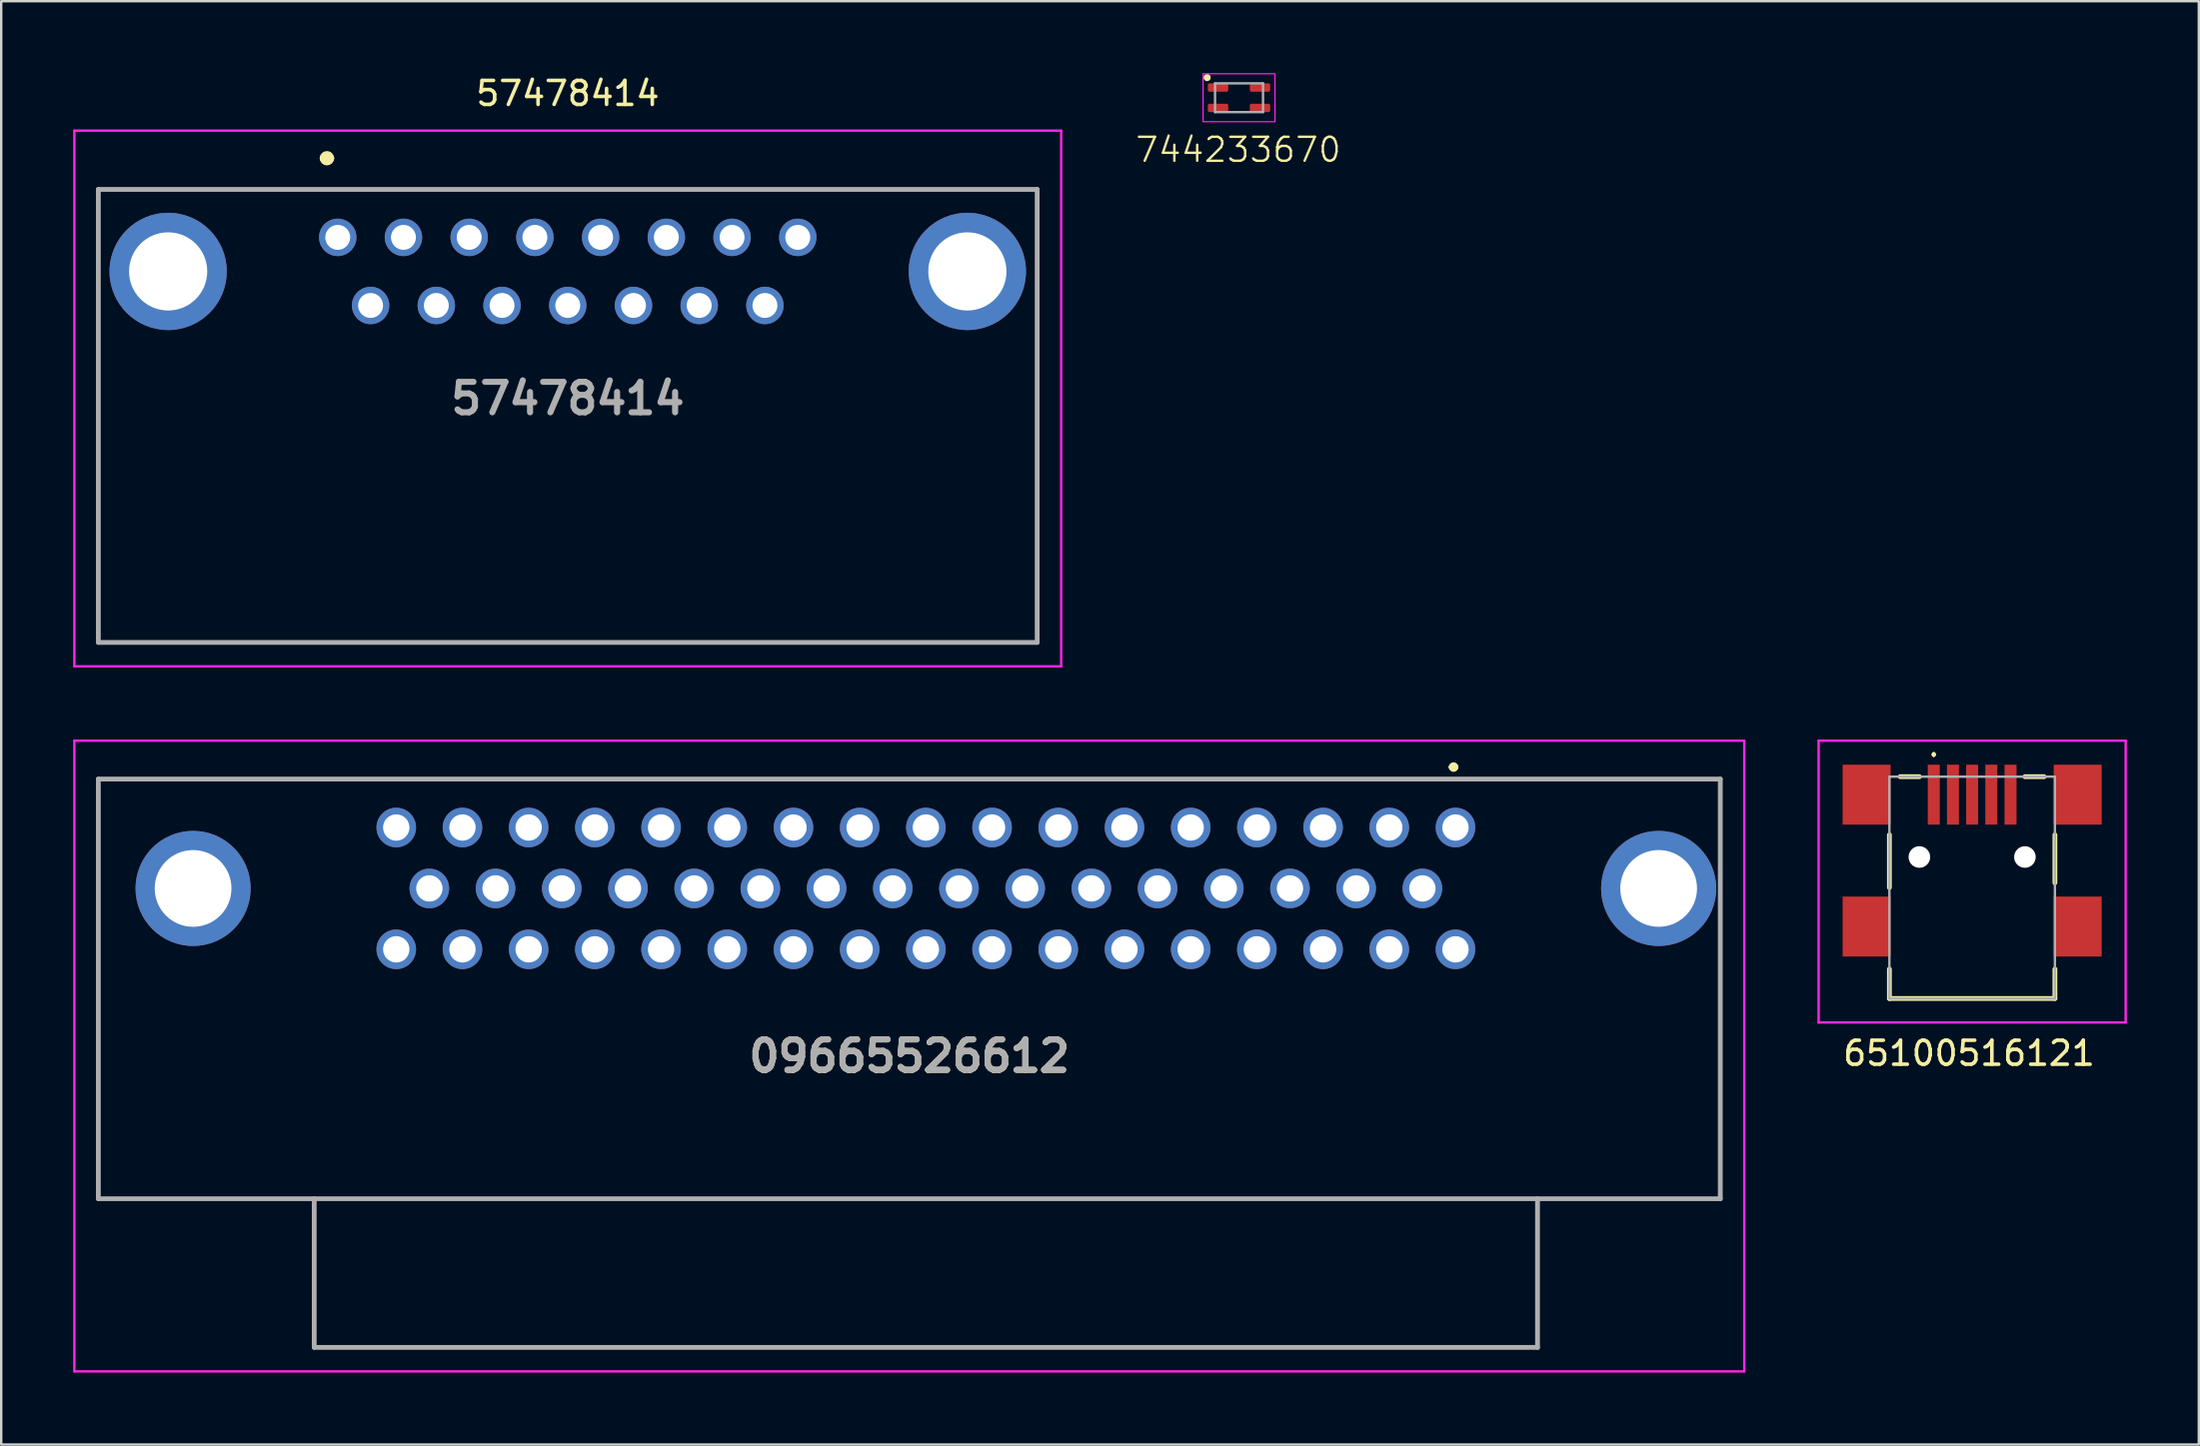
<source format=kicad_pcb>
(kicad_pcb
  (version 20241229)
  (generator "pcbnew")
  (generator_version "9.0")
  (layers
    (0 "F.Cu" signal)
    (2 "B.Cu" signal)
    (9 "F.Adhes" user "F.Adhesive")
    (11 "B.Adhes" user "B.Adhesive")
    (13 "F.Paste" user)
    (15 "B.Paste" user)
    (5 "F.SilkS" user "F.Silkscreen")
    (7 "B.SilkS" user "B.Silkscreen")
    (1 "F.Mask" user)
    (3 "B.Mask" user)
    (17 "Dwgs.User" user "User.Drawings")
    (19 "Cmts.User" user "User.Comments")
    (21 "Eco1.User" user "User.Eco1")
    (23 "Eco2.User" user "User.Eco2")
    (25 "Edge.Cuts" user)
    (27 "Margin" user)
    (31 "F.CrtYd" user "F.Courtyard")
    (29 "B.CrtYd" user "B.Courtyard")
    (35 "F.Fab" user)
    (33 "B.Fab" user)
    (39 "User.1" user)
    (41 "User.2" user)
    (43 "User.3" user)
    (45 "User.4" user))
  (footprint "744233670"
    (layer "F.Cu")
    (at 48.606 1.025)
    (property "Reference" "744233670" (at -0.03 2.17 0) (unlocked yes) (layer "F.SilkS") (effects (font (size 1 1) (thickness 0.1))))
    (attr smd)
    (fp_circle (center -1.33 -0.84) (end -1.23 -0.84) (stroke (width 0.1) (type solid)) (fill yes) (layer "F.SilkS"))
    (fp_rect (start -1.5 -1) (end 1.5 1) (stroke (width 0.05) (type default)) (fill no) (layer "F.CrtYd"))
    (fp_line (start -1 -0.6) (end 1 -0.6) (stroke (width 0.1) (type default)) (layer "F.Fab"))
    (fp_line (start -1 0.6) (end -1 -0.6) (stroke (width 0.1) (type default)) (layer "F.Fab"))
    (fp_line (start 1 -0.6) (end 1 0.6) (stroke (width 0.1) (type default)) (layer "F.Fab"))
    (fp_line (start 1 0.6) (end -1 0.6) (stroke (width 0.1) (type default)) (layer "F.Fab"))
    (pad "1" smd roundrect (at -0.875 -0.425) (size 0.85 0.35) (layers "F.Cu" "F.Mask" "F.Paste") (roundrect_rratio 0.2))
    (pad "2" smd roundrect (at 0.875 -0.425) (size 0.85 0.35) (layers "F.Cu" "F.Mask" "F.Paste") (roundrect_rratio 0.2))
    (pad "3" smd roundrect (at 0.875 0.425) (size 0.85 0.35) (layers "F.Cu" "F.Mask" "F.Paste") (roundrect_rratio 0.2))
    (pad "4" smd roundrect (at -0.875 0.425) (size 0.85 0.35) (layers "F.Cu" "F.Mask" "F.Paste") (roundrect_rratio 0.2)))
  (footprint "65100516121"
    (layer "F.Cu")
    (at 79.17 33.963)
    (property "Reference" "65100516121" (at -0.13 6.91 0) (layer "F.SilkS") (effects (font (size 1 1) (thickness 0.15))))
    (attr through_hole)
    (fp_line (start -3.45 -2.2) (end -3.45 0) (stroke (width 0.2) (type solid)) (layer "F.SilkS"))
    (fp_line (start -3.45 3.4) (end -3.45 4.625) (stroke (width 0.2) (type solid)) (layer "F.SilkS"))
    (fp_line (start -3.45 4.625) (end 3.45 4.625) (stroke (width 0.2) (type solid)) (layer "F.SilkS"))
    (fp_line (start -3 -4.625) (end -2.2 -4.625) (stroke (width 0.2) (type solid)) (layer "F.SilkS"))
    (fp_line (start -1.6 -5.6) (end -1.6 -5.6) (stroke (width 0.1) (type solid)) (layer "F.SilkS"))
    (fp_line (start -1.6 -5.5) (end -1.6 -5.5) (stroke (width 0.1) (type solid)) (layer "F.SilkS"))
    (fp_line (start 2.2 -4.625) (end 3 -4.625) (stroke (width 0.2) (type solid)) (layer "F.SilkS"))
    (fp_line (start 3.45 -2.2) (end 3.45 -0.2) (stroke (width 0.2) (type solid)) (layer "F.SilkS"))
    (fp_line (start 3.45 4.625) (end 3.45 3.4) (stroke (width 0.2) (type solid)) (layer "F.SilkS"))
    (fp_arc (start -1.6 -5.6) (mid -1.55 -5.55) (end -1.6 -5.5) (stroke (width 0.1) (type solid)) (layer "F.SilkS"))
    (fp_arc (start -1.6 -5.5) (mid -1.65 -5.55) (end -1.6 -5.6) (stroke (width 0.1) (type solid)) (layer "F.SilkS"))
    (fp_line (start -6.4 -6.125) (end 6.4 -6.125) (stroke (width 0.1) (type solid)) (layer "F.CrtYd"))
    (fp_line (start -6.4 5.625) (end -6.4 -6.125) (stroke (width 0.1) (type solid)) (layer "F.CrtYd"))
    (fp_line (start 6.4 -6.125) (end 6.4 5.625) (stroke (width 0.1) (type solid)) (layer "F.CrtYd"))
    (fp_line (start 6.4 5.625) (end -6.4 5.625) (stroke (width 0.1) (type solid)) (layer "F.CrtYd"))
    (fp_line (start -3.45 -4.625) (end -3.45 4.625) (stroke (width 0.1) (type solid)) (layer "F.Fab"))
    (fp_line (start -3.45 4.625) (end 3.45 4.625) (stroke (width 0.1) (type solid)) (layer "F.Fab"))
    (fp_line (start 3.45 -4.625) (end -3.45 -4.625) (stroke (width 0.1) (type solid)) (layer "F.Fab"))
    (fp_line (start 3.45 4.625) (end 3.45 -4.625) (stroke (width 0.1) (type solid)) (layer "F.Fab"))
    (pad "" np_thru_hole circle (at -2.2 -1.275) (size 0.9 0.9) (drill 0.9) (layers "*.Cu" "*.Mask"))
    (pad "" np_thru_hole circle (at 2.2 -1.275) (size 0.9 0.9) (drill 0.9) (layers "*.Cu" "*.Mask"))
    (pad "1" smd rect (at -1.6 -3.875) (size 0.5 2.5) (layers "F.Cu" "F.Mask" "F.Paste"))
    (pad "2" smd rect (at -0.8 -3.875) (size 0.5 2.5) (layers "F.Cu" "F.Mask" "F.Paste"))
    (pad "3" smd rect (at 0 -3.875) (size 0.5 2.5) (layers "F.Cu" "F.Mask" "F.Paste"))
    (pad "4" smd rect (at 0.8 -3.875) (size 0.5 2.5) (layers "F.Cu" "F.Mask" "F.Paste"))
    (pad "5" smd rect (at 1.6 -3.875) (size 0.5 2.5) (layers "F.Cu" "F.Mask" "F.Paste"))
    (pad "S1" smd rect (at -4.4 -3.875) (size 2 2.5) (layers "F.Cu" "F.Mask" "F.Paste"))
    (pad "S2" smd rect (at -4.4 1.625) (size 2 2.5) (layers "F.Cu" "F.Mask" "F.Paste"))
    (pad "S3" smd rect (at 4.4 1.625) (size 2 2.5) (layers "F.Cu" "F.Mask" "F.Paste"))
    (pad "S4" smd rect (at 4.4 -3.875) (size 2 2.5) (layers "F.Cu" "F.Mask" "F.Paste")))
  (footprint "09665526612"
    (layer "F.Cu")
    (at 34.86 40.988)
    (property "Reference" "09665526612" (at 0 0 0) (layer "F.SilkS") (effects (font (size 1.27 1.27) (thickness 0.254))))
    (attr through_hole)
    (fp_line (start -33.81 -11.55) (end 33.81 -11.55) (stroke (width 0.1) (type solid)) (layer "F.SilkS"))
    (fp_line (start -33.81 5.95) (end -33.81 -11.55) (stroke (width 0.1) (type solid)) (layer "F.SilkS"))
    (fp_line (start -24.81 5.95) (end -24.81 12.15) (stroke (width 0.1) (type solid)) (layer "F.SilkS"))
    (fp_line (start -24.81 12.15) (end 26.19 12.15) (stroke (width 0.1) (type solid)) (layer "F.SilkS"))
    (fp_line (start 22.59 -12.05) (end 22.59 -12.05) (stroke (width 0.2) (type solid)) (layer "F.SilkS"))
    (fp_line (start 22.79 -12.05) (end 22.79 -12.05) (stroke (width 0.2) (type solid)) (layer "F.SilkS"))
    (fp_line (start 26.19 12.15) (end 26.19 5.95) (stroke (width 0.1) (type solid)) (layer "F.SilkS"))
    (fp_line (start 33.81 -11.55) (end 33.81 5.95) (stroke (width 0.1) (type solid)) (layer "F.SilkS"))
    (fp_line (start 33.81 5.95) (end -33.81 5.95) (stroke (width 0.1) (type solid)) (layer "F.SilkS"))
    (fp_arc (start 22.59 -12.05) (mid 22.69 -12.15) (end 22.79 -12.05) (stroke (width 0.2) (type solid)) (layer "F.SilkS"))
    (fp_arc (start 22.79 -12.05) (mid 22.69 -11.95) (end 22.59 -12.05) (stroke (width 0.2) (type solid)) (layer "F.SilkS"))
    (fp_line (start -34.81 -13.15) (end 34.81 -13.15) (stroke (width 0.1) (type solid)) (layer "F.CrtYd"))
    (fp_line (start -34.81 13.15) (end -34.81 -13.15) (stroke (width 0.1) (type solid)) (layer "F.CrtYd"))
    (fp_line (start 34.81 -13.15) (end 34.81 13.15) (stroke (width 0.1) (type solid)) (layer "F.CrtYd"))
    (fp_line (start 34.81 13.15) (end -34.81 13.15) (stroke (width 0.1) (type solid)) (layer "F.CrtYd"))
    (fp_line (start -33.81 -11.55) (end 33.81 -11.55) (stroke (width 0.2) (type solid)) (layer "F.Fab"))
    (fp_line (start -33.81 5.95) (end -33.81 -11.55) (stroke (width 0.2) (type solid)) (layer "F.Fab"))
    (fp_line (start -24.81 5.95) (end -24.81 12.15) (stroke (width 0.2) (type solid)) (layer "F.Fab"))
    (fp_line (start -24.81 12.15) (end 26.19 12.15) (stroke (width 0.2) (type solid)) (layer "F.Fab"))
    (fp_line (start 26.19 12.15) (end 26.19 5.95) (stroke (width 0.2) (type solid)) (layer "F.Fab"))
    (fp_line (start 33.81 -11.55) (end 33.81 5.95) (stroke (width 0.2) (type solid)) (layer "F.Fab"))
    (fp_line (start 33.81 5.95) (end -33.81 5.95) (stroke (width 0.2) (type solid)) (layer "F.Fab"))
    (fp_text user "${REFERENCE}" (at 0 0 0) (layer "F.Fab") (effects (font (size 1.27 1.27) (thickness 0.254))))
    (pad "1" thru_hole circle (at 22.77 -9.53) (size 1.65 1.65) (drill 1.1) (layers "*.Cu" "*.Mask"))
    (pad "2" thru_hole circle (at 20.01 -9.53) (size 1.65 1.65) (drill 1.1) (layers "*.Cu" "*.Mask"))
    (pad "3" thru_hole circle (at 17.25 -9.53) (size 1.65 1.65) (drill 1.1) (layers "*.Cu" "*.Mask"))
    (pad "4" thru_hole circle (at 14.49 -9.53) (size 1.65 1.65) (drill 1.1) (layers "*.Cu" "*.Mask"))
    (pad "5" thru_hole circle (at 11.73 -9.53) (size 1.65 1.65) (drill 1.1) (layers "*.Cu" "*.Mask"))
    (pad "6" thru_hole circle (at 8.97 -9.53) (size 1.65 1.65) (drill 1.1) (layers "*.Cu" "*.Mask"))
    (pad "7" thru_hole circle (at 6.21 -9.53) (size 1.65 1.65) (drill 1.1) (layers "*.Cu" "*.Mask"))
    (pad "8" thru_hole circle (at 3.45 -9.53) (size 1.65 1.65) (drill 1.1) (layers "*.Cu" "*.Mask"))
    (pad "9" thru_hole circle (at 0.69 -9.53) (size 1.65 1.65) (drill 1.1) (layers "*.Cu" "*.Mask"))
    (pad "10" thru_hole circle (at -2.07 -9.53) (size 1.65 1.65) (drill 1.1) (layers "*.Cu" "*.Mask"))
    (pad "11" thru_hole circle (at -4.83 -9.53) (size 1.65 1.65) (drill 1.1) (layers "*.Cu" "*.Mask"))
    (pad "12" thru_hole circle (at -7.59 -9.53) (size 1.65 1.65) (drill 1.1) (layers "*.Cu" "*.Mask"))
    (pad "13" thru_hole circle (at -10.35 -9.53) (size 1.65 1.65) (drill 1.1) (layers "*.Cu" "*.Mask"))
    (pad "14" thru_hole circle (at -13.11 -9.53) (size 1.65 1.65) (drill 1.1) (layers "*.Cu" "*.Mask"))
    (pad "15" thru_hole circle (at -15.87 -9.53) (size 1.65 1.65) (drill 1.1) (layers "*.Cu" "*.Mask"))
    (pad "16" thru_hole circle (at -18.63 -9.53) (size 1.65 1.65) (drill 1.1) (layers "*.Cu" "*.Mask"))
    (pad "17" thru_hole circle (at -21.39 -9.53) (size 1.65 1.65) (drill 1.1) (layers "*.Cu" "*.Mask"))
    (pad "18" thru_hole circle (at 21.39 -6.99) (size 1.65 1.65) (drill 1.1) (layers "*.Cu" "*.Mask"))
    (pad "19" thru_hole circle (at 18.63 -6.99) (size 1.65 1.65) (drill 1.1) (layers "*.Cu" "*.Mask"))
    (pad "20" thru_hole circle (at 15.87 -6.99) (size 1.65 1.65) (drill 1.1) (layers "*.Cu" "*.Mask"))
    (pad "21" thru_hole circle (at 13.11 -6.99) (size 1.65 1.65) (drill 1.1) (layers "*.Cu" "*.Mask"))
    (pad "22" thru_hole circle (at 10.35 -6.99) (size 1.65 1.65) (drill 1.1) (layers "*.Cu" "*.Mask"))
    (pad "23" thru_hole circle (at 7.59 -6.99) (size 1.65 1.65) (drill 1.1) (layers "*.Cu" "*.Mask"))
    (pad "24" thru_hole circle (at 4.83 -6.99) (size 1.65 1.65) (drill 1.1) (layers "*.Cu" "*.Mask"))
    (pad "25" thru_hole circle (at 2.07 -6.99) (size 1.65 1.65) (drill 1.1) (layers "*.Cu" "*.Mask"))
    (pad "26" thru_hole circle (at -0.69 -6.99) (size 1.65 1.65) (drill 1.1) (layers "*.Cu" "*.Mask"))
    (pad "27" thru_hole circle (at -3.45 -6.99) (size 1.65 1.65) (drill 1.1) (layers "*.Cu" "*.Mask"))
    (pad "28" thru_hole circle (at -6.21 -6.99) (size 1.65 1.65) (drill 1.1) (layers "*.Cu" "*.Mask"))
    (pad "29" thru_hole circle (at -8.97 -6.99) (size 1.65 1.65) (drill 1.1) (layers "*.Cu" "*.Mask"))
    (pad "30" thru_hole circle (at -11.73 -6.99) (size 1.65 1.65) (drill 1.1) (layers "*.Cu" "*.Mask"))
    (pad "31" thru_hole circle (at -14.49 -6.99) (size 1.65 1.65) (drill 1.1) (layers "*.Cu" "*.Mask"))
    (pad "32" thru_hole circle (at -17.25 -6.99) (size 1.65 1.65) (drill 1.1) (layers "*.Cu" "*.Mask"))
    (pad "33" thru_hole circle (at -20.01 -6.99) (size 1.65 1.65) (drill 1.1) (layers "*.Cu" "*.Mask"))
    (pad "34" thru_hole circle (at 22.77 -4.45) (size 1.65 1.65) (drill 1.1) (layers "*.Cu" "*.Mask"))
    (pad "35" thru_hole circle (at 20.01 -4.45) (size 1.65 1.65) (drill 1.1) (layers "*.Cu" "*.Mask"))
    (pad "36" thru_hole circle (at 17.25 -4.45) (size 1.65 1.65) (drill 1.1) (layers "*.Cu" "*.Mask"))
    (pad "37" thru_hole circle (at 14.49 -4.45) (size 1.65 1.65) (drill 1.1) (layers "*.Cu" "*.Mask"))
    (pad "38" thru_hole circle (at 11.73 -4.45) (size 1.65 1.65) (drill 1.1) (layers "*.Cu" "*.Mask"))
    (pad "39" thru_hole circle (at 8.97 -4.45) (size 1.65 1.65) (drill 1.1) (layers "*.Cu" "*.Mask"))
    (pad "40" thru_hole circle (at 6.21 -4.45) (size 1.65 1.65) (drill 1.1) (layers "*.Cu" "*.Mask"))
    (pad "41" thru_hole circle (at 3.45 -4.45) (size 1.65 1.65) (drill 1.1) (layers "*.Cu" "*.Mask"))
    (pad "42" thru_hole circle (at 0.69 -4.45) (size 1.65 1.65) (drill 1.1) (layers "*.Cu" "*.Mask"))
    (pad "43" thru_hole circle (at -2.07 -4.45) (size 1.65 1.65) (drill 1.1) (layers "*.Cu" "*.Mask"))
    (pad "44" thru_hole circle (at -4.83 -4.45) (size 1.65 1.65) (drill 1.1) (layers "*.Cu" "*.Mask"))
    (pad "45" thru_hole circle (at -7.59 -4.45) (size 1.65 1.65) (drill 1.1) (layers "*.Cu" "*.Mask"))
    (pad "46" thru_hole circle (at -10.35 -4.45) (size 1.65 1.65) (drill 1.1) (layers "*.Cu" "*.Mask"))
    (pad "47" thru_hole circle (at -13.11 -4.45) (size 1.65 1.65) (drill 1.1) (layers "*.Cu" "*.Mask"))
    (pad "48" thru_hole circle (at -15.87 -4.45) (size 1.65 1.65) (drill 1.1) (layers "*.Cu" "*.Mask"))
    (pad "49" thru_hole circle (at -18.63 -4.45) (size 1.65 1.65) (drill 1.1) (layers "*.Cu" "*.Mask"))
    (pad "50" thru_hole circle (at -21.39 -4.45) (size 1.65 1.65) (drill 1.1) (layers "*.Cu" "*.Mask"))
    (pad "SH" thru_hole circle (at -29.86 -6.99) (size 4.8 4.8) (drill 3.2) (layers "*.Cu" "*.Mask"))
    (pad "SH" thru_hole circle (at 31.24 -6.99) (size 4.8 4.8) (drill 3.2) (layers "*.Cu" "*.Mask")))
  (footprint "57478414"
    (layer "F.Cu")
    (at 11.03 6.848)
    (property "Reference" "57478414" (at 9.59 -6 0) (layer "F.SilkS") (effects (font (size 1 1) (thickness 0.15))))
    (attr through_hole)
    (fp_line (start -9.98 -2) (end -9.98 16.89) (stroke (width 0.1) (type solid)) (layer "F.SilkS"))
    (fp_line (start -9.98 16.89) (end 29.16 16.89) (stroke (width 0.1) (type solid)) (layer "F.SilkS"))
    (fp_line (start -0.6 -3.3) (end -0.6 -3.3) (stroke (width 0.3) (type solid)) (layer "F.SilkS"))
    (fp_line (start -0.3 -3.3) (end -0.3 -3.3) (stroke (width 0.3) (type solid)) (layer "F.SilkS"))
    (fp_line (start 29.16 -2) (end -9.98 -2) (stroke (width 0.1) (type solid)) (layer "F.SilkS"))
    (fp_line (start 29.16 16.89) (end 29.16 -2) (stroke (width 0.1) (type solid)) (layer "F.SilkS"))
    (fp_arc (start -0.6 -3.3) (mid -0.45 -3.45) (end -0.3 -3.3) (stroke (width 0.3) (type solid)) (layer "F.SilkS"))
    (fp_arc (start -0.3 -3.3) (mid -0.45 -3.15) (end -0.6 -3.3) (stroke (width 0.3) (type solid)) (layer "F.SilkS"))
    (fp_line (start -10.98 -4.45) (end -10.98 17.89) (stroke (width 0.1) (type solid)) (layer "F.CrtYd"))
    (fp_line (start -10.98 17.89) (end 30.16 17.89) (stroke (width 0.1) (type solid)) (layer "F.CrtYd"))
    (fp_line (start 30.16 -4.45) (end -10.98 -4.45) (stroke (width 0.1) (type solid)) (layer "F.CrtYd"))
    (fp_line (start 30.16 17.89) (end 30.16 -4.45) (stroke (width 0.1) (type solid)) (layer "F.CrtYd"))
    (fp_line (start -9.98 -2) (end -9.98 16.89) (stroke (width 0.2) (type solid)) (layer "F.Fab"))
    (fp_line (start -9.98 16.89) (end 29.16 16.89) (stroke (width 0.2) (type solid)) (layer "F.Fab"))
    (fp_line (start 29.16 -2) (end -9.98 -2) (stroke (width 0.2) (type solid)) (layer "F.Fab"))
    (fp_line (start 29.16 16.89) (end 29.16 -2) (stroke (width 0.2) (type solid)) (layer "F.Fab"))
    (fp_text user "${REFERENCE}" (at 9.59 6.72 0) (layer "F.Fab") (effects (font (size 1.27 1.27) (thickness 0.254))))
    (pad "0" thru_hole circle (at -7.07 1.42) (size 4.89 4.89) (drill 3.26) (layers "*.Cu" "*.Mask"))
    (pad "0" thru_hole circle (at 26.25 1.42) (size 4.89 4.89) (drill 3.26) (layers "*.Cu" "*.Mask"))
    (pad "1" thru_hole circle (at 0 0) (size 1.56 1.56) (drill 1.04) (layers "*.Cu" "*.Mask"))
    (pad "2" thru_hole circle (at 2.74 0) (size 1.56 1.56) (drill 1.04) (layers "*.Cu" "*.Mask"))
    (pad "3" thru_hole circle (at 5.48 0) (size 1.56 1.56) (drill 1.04) (layers "*.Cu" "*.Mask"))
    (pad "4" thru_hole circle (at 8.22 0) (size 1.56 1.56) (drill 1.04) (layers "*.Cu" "*.Mask"))
    (pad "5" thru_hole circle (at 10.96 0) (size 1.56 1.56) (drill 1.04) (layers "*.Cu" "*.Mask"))
    (pad "6" thru_hole circle (at 13.7 0) (size 1.56 1.56) (drill 1.04) (layers "*.Cu" "*.Mask"))
    (pad "7" thru_hole circle (at 16.44 0) (size 1.56 1.56) (drill 1.04) (layers "*.Cu" "*.Mask"))
    (pad "8" thru_hole circle (at 19.18 0) (size 1.56 1.56) (drill 1.04) (layers "*.Cu" "*.Mask"))
    (pad "9" thru_hole circle (at 1.37 2.84) (size 1.56 1.56) (drill 1.04) (layers "*.Cu" "*.Mask"))
    (pad "10" thru_hole circle (at 4.11 2.84) (size 1.56 1.56) (drill 1.04) (layers "*.Cu" "*.Mask"))
    (pad "11" thru_hole circle (at 6.85 2.84) (size 1.56 1.56) (drill 1.04) (layers "*.Cu" "*.Mask"))
    (pad "12" thru_hole circle (at 9.59 2.84) (size 1.56 1.56) (drill 1.04) (layers "*.Cu" "*.Mask"))
    (pad "13" thru_hole circle (at 12.33 2.84) (size 1.56 1.56) (drill 1.04) (layers "*.Cu" "*.Mask"))
    (pad "14" thru_hole circle (at 15.07 2.84) (size 1.56 1.56) (drill 1.04) (layers "*.Cu" "*.Mask"))
    (pad "15" thru_hole circle (at 17.81 2.84) (size 1.56 1.56) (drill 1.04) (layers "*.Cu" "*.Mask")))
  (gr_rect
    (start -3 -3)
    (end 88.62 57.188)
    (stroke (width 0.1) (type default))
    (fill no)
    (layer "Edge.Cuts")))
</source>
